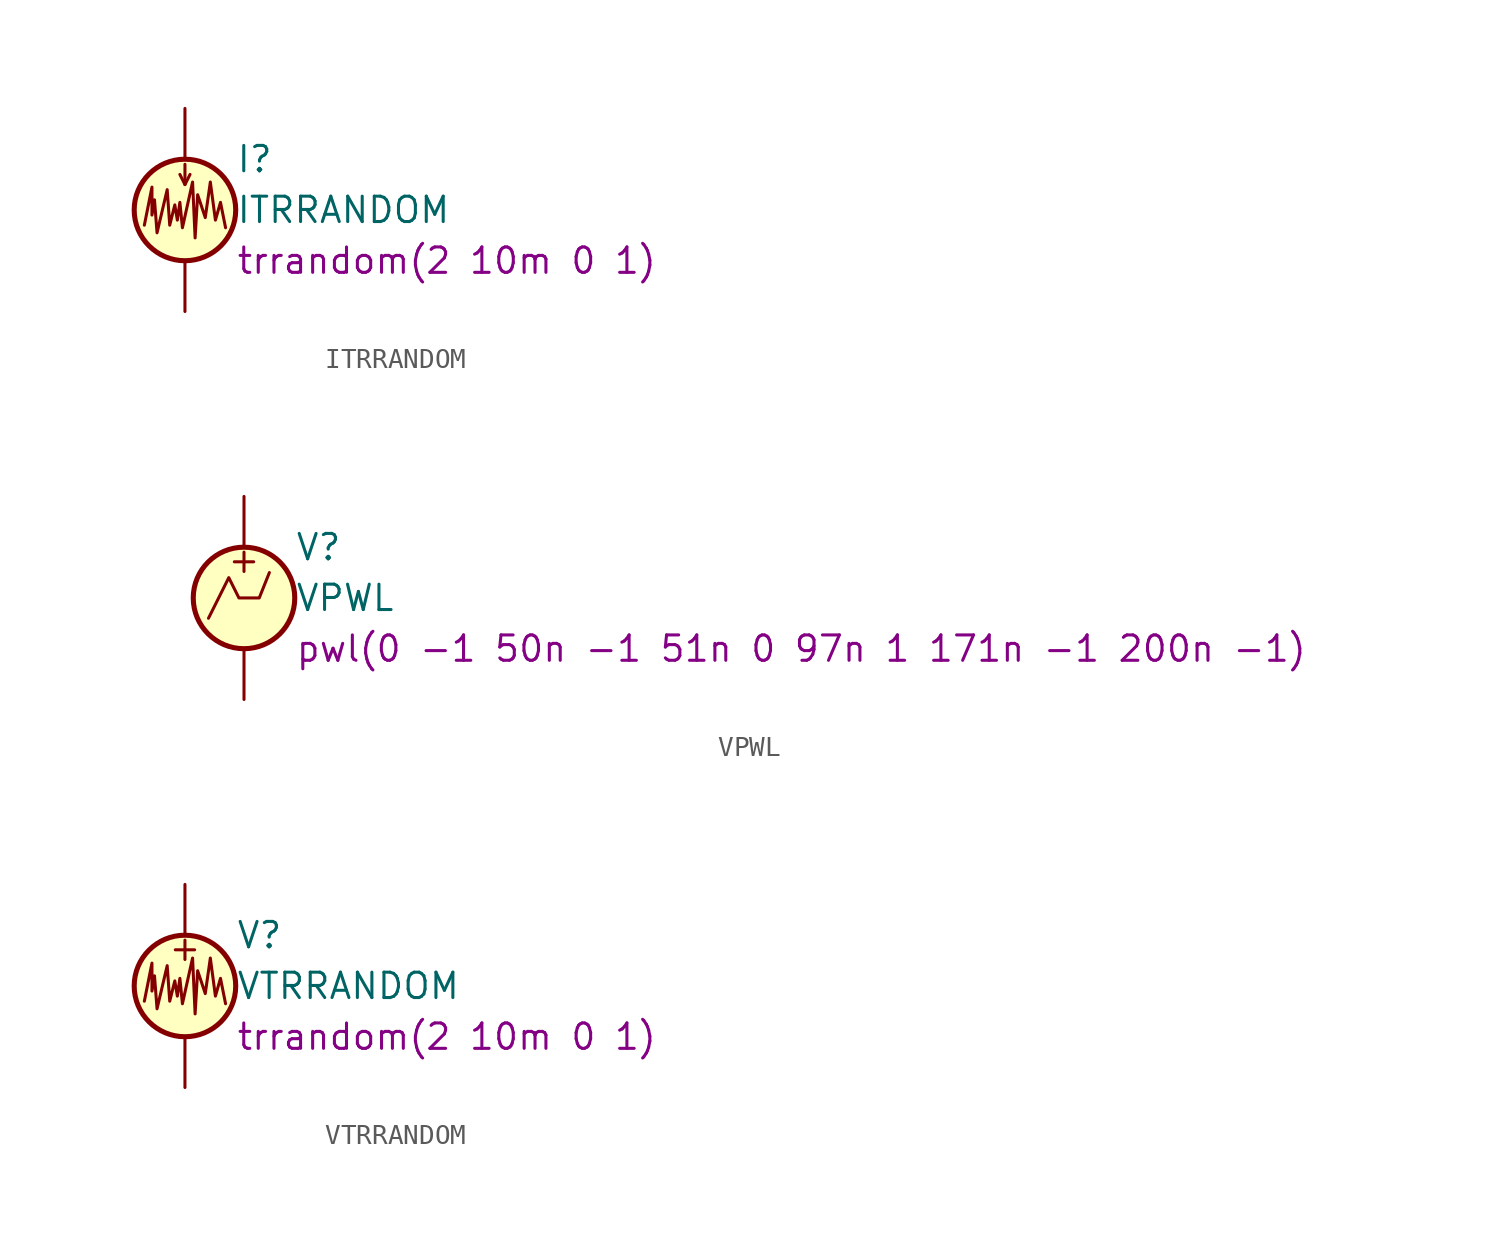
<source format=kicad_sym>
(kicad_symbol_lib
  (version 20201005)
  (generator kicad_symbol_editor)
  (symbol "Simulation_SPICE:ITRRANDOM"
    (pin_numbers hide)
    (pin_names
      (offset 0.025))
    (property "Reference" "I"
      (at 2.54 2.54 0)
      (effects (font (size 1.27 1.27)) (justify left)))
    (property "Value" "ITRRANDOM"
      (at 2.54 0 0)
      (effects (font (size 1.27 1.27)) (justify left)))
    (property "Spice_Model" "trrandom(2 10m 0 1)"
      (at 2.54 -2.54 0)
      (effects (font (size 1.27 1.27)) (justify left)))
    (symbol "ITRRANDOM_0_1"
      (circle (center 0 0) (radius 2.54) (stroke (width 0.254)) (fill (type background)))
      (polyline (pts (xy 0 1.27) (xy 0 2.286)) (stroke (width 0)) (fill (type none)))
      (polyline (pts (xy -0.254 1.778) (xy 0 1.27) (xy 0.254 1.778)) (stroke (width 0)) (fill (type none)))
      (polyline (pts (xy -2.032 -0.762) (xy -1.651 1.143) (xy -1.651 -0.254) (xy -1.524 0.508) (xy -1.397 -1.143) (xy -0.889 1.016) (xy -0.762 -0.762) (xy -0.508 0.254) (xy -0.381 -0.508) (xy -0.254 0.381) (xy -0.127 -0.889) (xy 0.381 1.397) (xy 0.508 -1.397) (xy 0.635 0.762) (xy 1.016 -0.381) (xy 1.27 1.397) (xy 1.524 -0.508) (xy 1.778 0.381) (xy 2.032 -0.889)) (stroke (width 0)) (fill (type none))))
    (symbol "ITRRANDOM_1_1"
      (pin passive line (at 0 5.08 270) (length 2.54) (name "~" (effects (font (size 1.27 1.27)))) (number "1" (effects (font (size 1.27 1.27)))))
      (pin passive line (at 0 -5.08 90) (length 2.54) (name "~" (effects (font (size 1.27 1.27)))) (number "2" (effects (font (size 1.27 1.27)))))))
  (symbol "Simulation_SPICE:VPWL"
    (pin_numbers hide)
    (pin_names
      (offset 0.025))
    (property "Reference" "V"
      (at 2.54 2.54 0)
      (effects (font (size 1.27 1.27)) (justify left)))
    (property "Value" "VPWL"
      (at 2.54 0 0)
      (effects (font (size 1.27 1.27)) (justify left)))
    (property "Spice_Model" "pwl(0 -1 50n -1 51n 0 97n 1 171n -1 200n -1)"
      (at 2.54 -2.54 0)
      (effects (font (size 1.27 1.27)) (justify left)))
    (symbol "VPWL_0_0"
      (text "+" (at 0 1.905 0) (effects (font (size 1.27 1.27))))
      (polyline (pts (xy -1.778 -1.016) (xy -0.762 1.016) (xy -0.254 0) (xy 0.762 0) (xy 1.27 1.27)) (stroke (width 0)) (fill (type none))))
    (symbol "VPWL_0_1"
      (circle (center 0 0) (radius 2.54) (stroke (width 0.254)) (fill (type background))))
    (symbol "VPWL_1_1"
      (pin passive line (at 0 5.08 270) (length 2.54) (name "~" (effects (font (size 1.27 1.27)))) (number "1" (effects (font (size 1.27 1.27)))))
      (pin passive line (at 0 -5.08 90) (length 2.54) (name "~" (effects (font (size 1.27 1.27)))) (number "2" (effects (font (size 1.27 1.27)))))))
  (symbol "Simulation_SPICE:VTRRANDOM"
    (pin_numbers hide)
    (pin_names
      (offset 0.025))
    (property "Reference" "V"
      (at 2.54 2.54 0)
      (effects (font (size 1.27 1.27)) (justify left)))
    (property "Value" "VTRRANDOM"
      (at 2.54 0 0)
      (effects (font (size 1.27 1.27)) (justify left)))
    (property "Spice_Model" "trrandom(2 10m 0 1)"
      (at 2.54 -2.54 0)
      (effects (font (size 1.27 1.27)) (justify left)))
    (symbol "VTRRANDOM_0_0"
      (text "+" (at 0 1.905 0) (effects (font (size 1.27 1.27)))))
    (symbol "VTRRANDOM_0_1"
      (circle (center 0 0) (radius 2.54) (stroke (width 0.254)) (fill (type background)))
      (polyline (pts (xy -2.032 -0.762) (xy -1.651 1.143) (xy -1.651 -0.254) (xy -1.524 0.508) (xy -1.397 -1.143) (xy -0.889 1.016) (xy -0.762 -0.762) (xy -0.508 0.254) (xy -0.381 -0.508) (xy -0.254 0.381) (xy -0.127 -0.889) (xy 0.381 1.397) (xy 0.508 -1.397) (xy 0.635 0.762) (xy 1.016 -0.381) (xy 1.27 1.397) (xy 1.524 -0.508) (xy 1.778 0.381) (xy 2.032 -0.889)) (stroke (width 0)) (fill (type none))))
    (symbol "VTRRANDOM_1_1"
      (pin passive line (at 0 5.08 270) (length 2.54) (name "~" (effects (font (size 1.27 1.27)))) (number "1" (effects (font (size 1.27 1.27)))))
      (pin passive line (at 0 -5.08 90) (length 2.54) (name "~" (effects (font (size 1.27 1.27)))) (number "2" (effects (font (size 1.27 1.27))))))))
</source>
